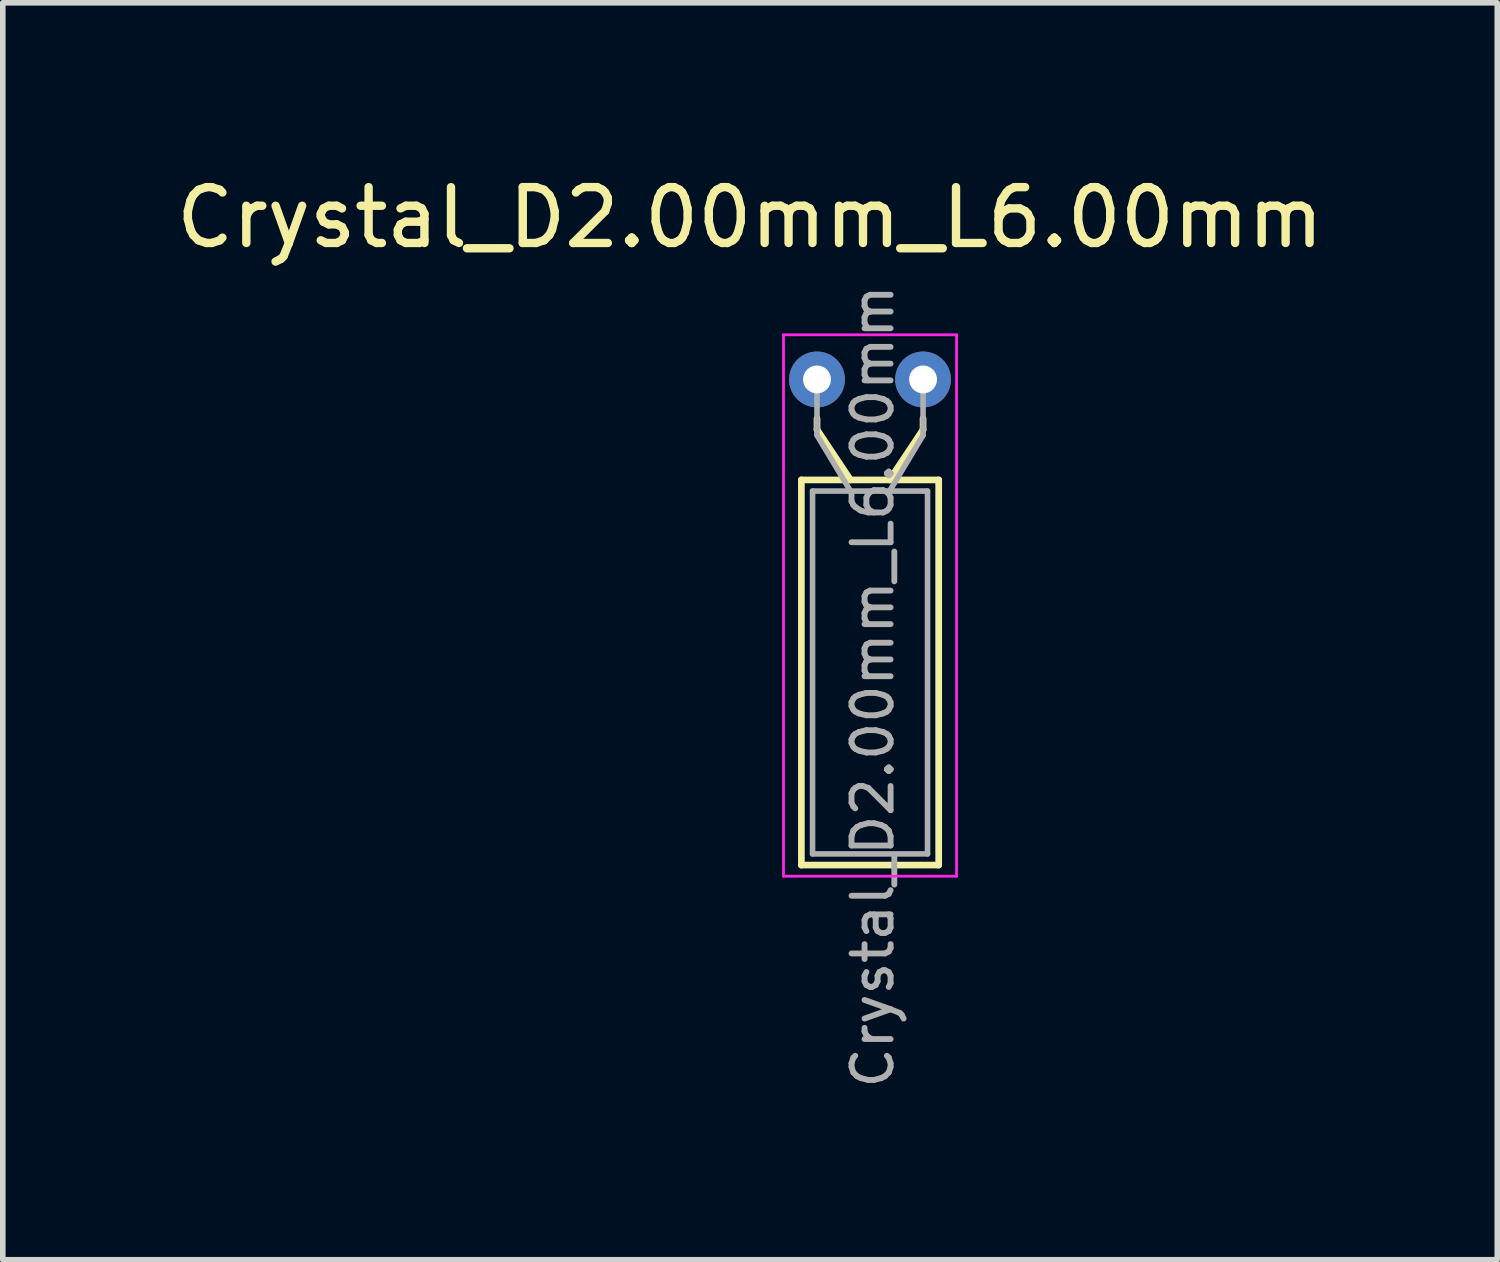
<source format=kicad_pcb>
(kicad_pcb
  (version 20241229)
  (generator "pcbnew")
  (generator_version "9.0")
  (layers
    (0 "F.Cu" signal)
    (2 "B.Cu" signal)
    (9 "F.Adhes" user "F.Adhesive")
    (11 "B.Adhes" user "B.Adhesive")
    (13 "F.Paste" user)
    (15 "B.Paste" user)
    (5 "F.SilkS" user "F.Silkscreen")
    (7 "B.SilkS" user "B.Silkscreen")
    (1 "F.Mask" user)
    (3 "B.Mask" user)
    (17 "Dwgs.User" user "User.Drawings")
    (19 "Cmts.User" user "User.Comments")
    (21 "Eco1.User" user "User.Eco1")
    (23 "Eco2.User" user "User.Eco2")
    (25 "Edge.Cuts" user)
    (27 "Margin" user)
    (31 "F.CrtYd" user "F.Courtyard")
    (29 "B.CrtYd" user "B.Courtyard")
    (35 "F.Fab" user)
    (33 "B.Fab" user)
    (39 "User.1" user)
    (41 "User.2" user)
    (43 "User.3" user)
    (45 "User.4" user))
  (footprint "Crystal_D2.00mm_L6.00mm"
    (layer "F.Cu")
    (at 11.487 3.748)
    (property "Reference" "Crystal_D2.00mm_L6.00mm" (at -1.1 -2.9 0) (unlocked yes) (layer "F.SilkS") (effects (font (size 1 1) (thickness 0.15))))
    (attr through_hole)
    (fp_line (start -0.18 1.8) (end -0.18 8.7) (stroke (width 0.12) (type solid)) (layer "F.SilkS"))
    (fp_line (start -0.18 8.7) (end 2.28 8.7) (stroke (width 0.12) (type solid)) (layer "F.SilkS"))
    (fp_line (start 0.1 0.9) (end 0.1 0.7) (stroke (width 0.12) (type solid)) (layer "F.SilkS"))
    (fp_line (start 0.7 1.8) (end 0.1 0.9) (stroke (width 0.12) (type solid)) (layer "F.SilkS"))
    (fp_line (start 1.4 1.8) (end 2 0.9) (stroke (width 0.12) (type solid)) (layer "F.SilkS"))
    (fp_line (start 2 0.9) (end 2 0.7) (stroke (width 0.12) (type solid)) (layer "F.SilkS"))
    (fp_line (start 2.28 1.8) (end -0.18 1.8) (stroke (width 0.12) (type solid)) (layer "F.SilkS"))
    (fp_line (start 2.28 8.7) (end 2.28 1.8) (stroke (width 0.12) (type solid)) (layer "F.SilkS"))
    (fp_line (start -0.5 -0.8) (end -0.5 8.9) (stroke (width 0.05) (type solid)) (layer "F.CrtYd"))
    (fp_line (start -0.5 8.9) (end 2.6 8.9) (stroke (width 0.05) (type solid)) (layer "F.CrtYd"))
    (fp_line (start 2.6 -0.8) (end -0.5 -0.8) (stroke (width 0.05) (type solid)) (layer "F.CrtYd"))
    (fp_line (start 2.6 8.9) (end 2.6 -0.8) (stroke (width 0.05) (type solid)) (layer "F.CrtYd"))
    (fp_line (start 0.02 2) (end 0.02 8.5) (stroke (width 0.1) (type solid)) (layer "F.Fab"))
    (fp_line (start 0.02 8.5) (end 2.08 8.5) (stroke (width 0.1) (type solid)) (layer "F.Fab"))
    (fp_line (start 0.1 1) (end 0.1 0) (stroke (width 0.1) (type solid)) (layer "F.Fab"))
    (fp_line (start 0.7 2) (end 0.1 1) (stroke (width 0.1) (type solid)) (layer "F.Fab"))
    (fp_line (start 1.4 2) (end 2 1) (stroke (width 0.1) (type solid)) (layer "F.Fab"))
    (fp_line (start 2 1) (end 2 0) (stroke (width 0.1) (type solid)) (layer "F.Fab"))
    (fp_line (start 2.08 2) (end 0.02 2) (stroke (width 0.1) (type solid)) (layer "F.Fab"))
    (fp_line (start 2.08 8.5) (end 2.08 2) (stroke (width 0.1) (type solid)) (layer "F.Fab"))
    (fp_text user "${REFERENCE}" (at 1.1 5.5 90) (layer "F.Fab") (effects (font (size 0.7 0.7) (thickness 0.105))))
    (pad "1" thru_hole circle (at 0.1 0) (size 1 1) (drill 0.5) (layers "*.Cu" "*.Mask"))
    (pad "2" thru_hole circle (at 2 0) (size 1 1) (drill 0.5) (layers "*.Cu" "*.Mask")))
  (gr_rect
    (start -3 -3)
    (end 23.774 19.519)
    (stroke (width 0.1) (type default))
    (fill no)
    (layer "Edge.Cuts")))
</source>
